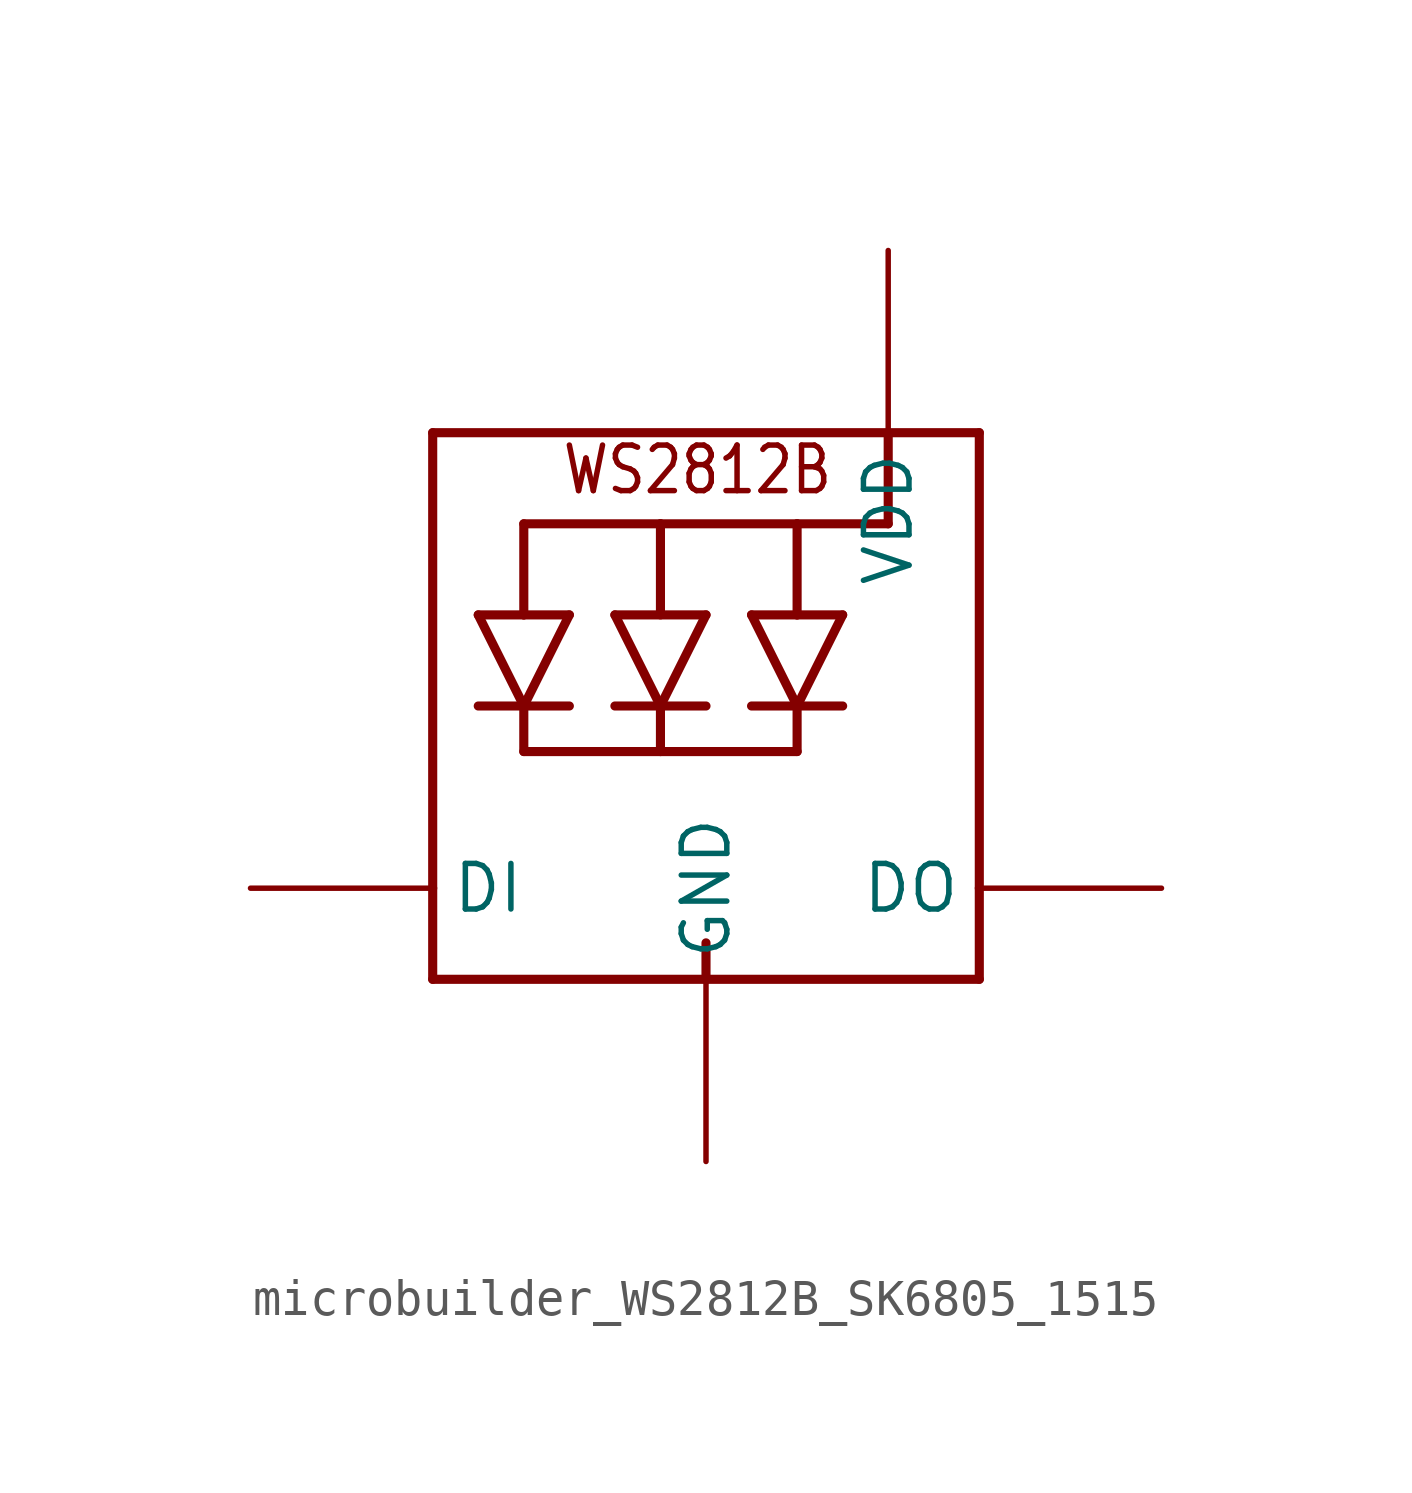
<source format=kicad_sym>
(kicad_symbol_lib
  (version 20231120)
  (generator "kicad_symbol_editor")
  (generator_version "8.0")
  (symbol "microbuilder_WS2812B_SK6805_1515"
    (property "Reference" "LED"
      (at 0 0 0)
      (effects (font (size 1.27 1.27)) (hide yes)))
    (property "ki_locked" ""
      (at 0 0 0)
      (effects (font (size 1.27 1.27))))
    (symbol "microbuilder_WS2812B_SK6805_1515_1_0"
      (polyline (pts (xy -7.62 -5.08) (xy 0 -5.08)) (stroke (width 0.254) (type solid)) (fill (type none)))
      (polyline (pts (xy -7.62 -2.54) (xy -7.62 -5.08)) (stroke (width 0.254) (type solid)) (fill (type none)))
      (polyline (pts (xy -7.62 10.16) (xy -7.62 -2.54)) (stroke (width 0.254) (type solid)) (fill (type none)))
      (polyline (pts (xy -6.35 2.54) (xy -5.08 2.54)) (stroke (width 0.254) (type solid)) (fill (type none)))
      (polyline (pts (xy -6.35 5.08) (xy -5.08 5.08)) (stroke (width 0.254) (type solid)) (fill (type none)))
      (polyline (pts (xy -5.08 2.54) (xy -6.35 5.08)) (stroke (width 0.254) (type solid)) (fill (type none)))
      (polyline (pts (xy -5.08 2.54) (xy -5.08 1.27)) (stroke (width 0.254) (type solid)) (fill (type none)))
      (polyline (pts (xy -5.08 2.54) (xy -3.81 5.08)) (stroke (width 0.254) (type solid)) (fill (type none)))
      (polyline (pts (xy -5.08 5.08) (xy -3.81 5.08)) (stroke (width 0.254) (type solid)) (fill (type none)))
      (polyline (pts (xy -5.08 7.62) (xy -5.08 5.08)) (stroke (width 0.254) (type solid)) (fill (type none)))
      (polyline (pts (xy -3.81 2.54) (xy -5.08 2.54)) (stroke (width 0.254) (type solid)) (fill (type none)))
      (polyline (pts (xy -2.54 2.54) (xy -1.27 2.54)) (stroke (width 0.254) (type solid)) (fill (type none)))
      (polyline (pts (xy -2.54 5.08) (xy 0 5.08)) (stroke (width 0.254) (type solid)) (fill (type none)))
      (polyline (pts (xy -1.27 1.27) (xy -5.08 1.27)) (stroke (width 0.254) (type solid)) (fill (type none)))
      (polyline (pts (xy -1.27 2.54) (xy -2.54 5.08)) (stroke (width 0.254) (type solid)) (fill (type none)))
      (polyline (pts (xy -1.27 2.54) (xy -1.27 1.27)) (stroke (width 0.254) (type solid)) (fill (type none)))
      (polyline (pts (xy -1.27 2.54) (xy 0 2.54)) (stroke (width 0.254) (type solid)) (fill (type none)))
      (polyline (pts (xy -1.27 5.08) (xy -1.27 7.62)) (stroke (width 0.254) (type solid)) (fill (type none)))
      (polyline (pts (xy -1.27 7.62) (xy -5.08 7.62)) (stroke (width 0.254) (type solid)) (fill (type none)))
      (polyline (pts (xy 0 -5.08) (xy 7.62 -5.08)) (stroke (width 0.254) (type solid)) (fill (type none)))
      (polyline (pts (xy 0 -4.064) (xy 0 -5.08)) (stroke (width 0.254) (type solid)) (fill (type none)))
      (polyline (pts (xy 0 5.08) (xy -1.27 2.54)) (stroke (width 0.254) (type solid)) (fill (type none)))
      (polyline (pts (xy 1.27 5.08) (xy 2.54 2.54)) (stroke (width 0.254) (type solid)) (fill (type none)))
      (polyline (pts (xy 1.27 5.08) (xy 2.54 5.08)) (stroke (width 0.254) (type solid)) (fill (type none)))
      (polyline (pts (xy 2.54 1.27) (xy -1.27 1.27)) (stroke (width 0.254) (type solid)) (fill (type none)))
      (polyline (pts (xy 2.54 2.54) (xy 1.27 2.54)) (stroke (width 0.254) (type solid)) (fill (type none)))
      (polyline (pts (xy 2.54 2.54) (xy 2.54 1.27)) (stroke (width 0.254) (type solid)) (fill (type none)))
      (polyline (pts (xy 2.54 2.54) (xy 3.81 2.54)) (stroke (width 0.254) (type solid)) (fill (type none)))
      (polyline (pts (xy 2.54 2.54) (xy 3.81 5.08)) (stroke (width 0.254) (type solid)) (fill (type none)))
      (polyline (pts (xy 2.54 5.08) (xy 2.54 7.62)) (stroke (width 0.254) (type solid)) (fill (type none)))
      (polyline (pts (xy 2.54 7.62) (xy -1.27 7.62)) (stroke (width 0.254) (type solid)) (fill (type none)))
      (polyline (pts (xy 2.54 7.62) (xy 5.08 7.62)) (stroke (width 0.254) (type solid)) (fill (type none)))
      (polyline (pts (xy 3.81 5.08) (xy 2.54 5.08)) (stroke (width 0.254) (type solid)) (fill (type none)))
      (polyline (pts (xy 5.08 10.16) (xy -7.62 10.16)) (stroke (width 0.254) (type solid)) (fill (type none)))
      (polyline (pts (xy 5.08 10.16) (xy 5.08 7.62)) (stroke (width 0.254) (type solid)) (fill (type none)))
      (polyline (pts (xy 7.62 -5.08) (xy 7.62 -2.54)) (stroke (width 0.254) (type solid)) (fill (type none)))
      (polyline (pts (xy 7.62 -2.54) (xy 7.62 10.16)) (stroke (width 0.254) (type solid)) (fill (type none)))
      (polyline (pts (xy 7.62 10.16) (xy 5.08 10.16)) (stroke (width 0.254) (type solid)) (fill (type none)))
      (text "WS2812B" (at -4.064 8.382 0) (effects (font (size 1.27 1.079)) (justify left bottom)))
      (pin input line (at -12.7 -2.54 0) (length 5.08) (name "DI" (effects (font (size 1.27 1.27)))) (number "1" (effects (font (size 0 0)))))
      (pin power_in line (at 5.08 15.24 270) (length 5.08) (name "VDD" (effects (font (size 1.27 1.27)))) (number "2" (effects (font (size 0 0)))))
      (pin output line (at 12.7 -2.54 180) (length 5.08) (name "DO" (effects (font (size 1.27 1.27)))) (number "3" (effects (font (size 0 0)))))
      (pin power_in line (at 0 -10.16 90) (length 5.08) (name "GND" (effects (font (size 1.27 1.27)))) (number "4" (effects (font (size 0 0))))))))
</source>
